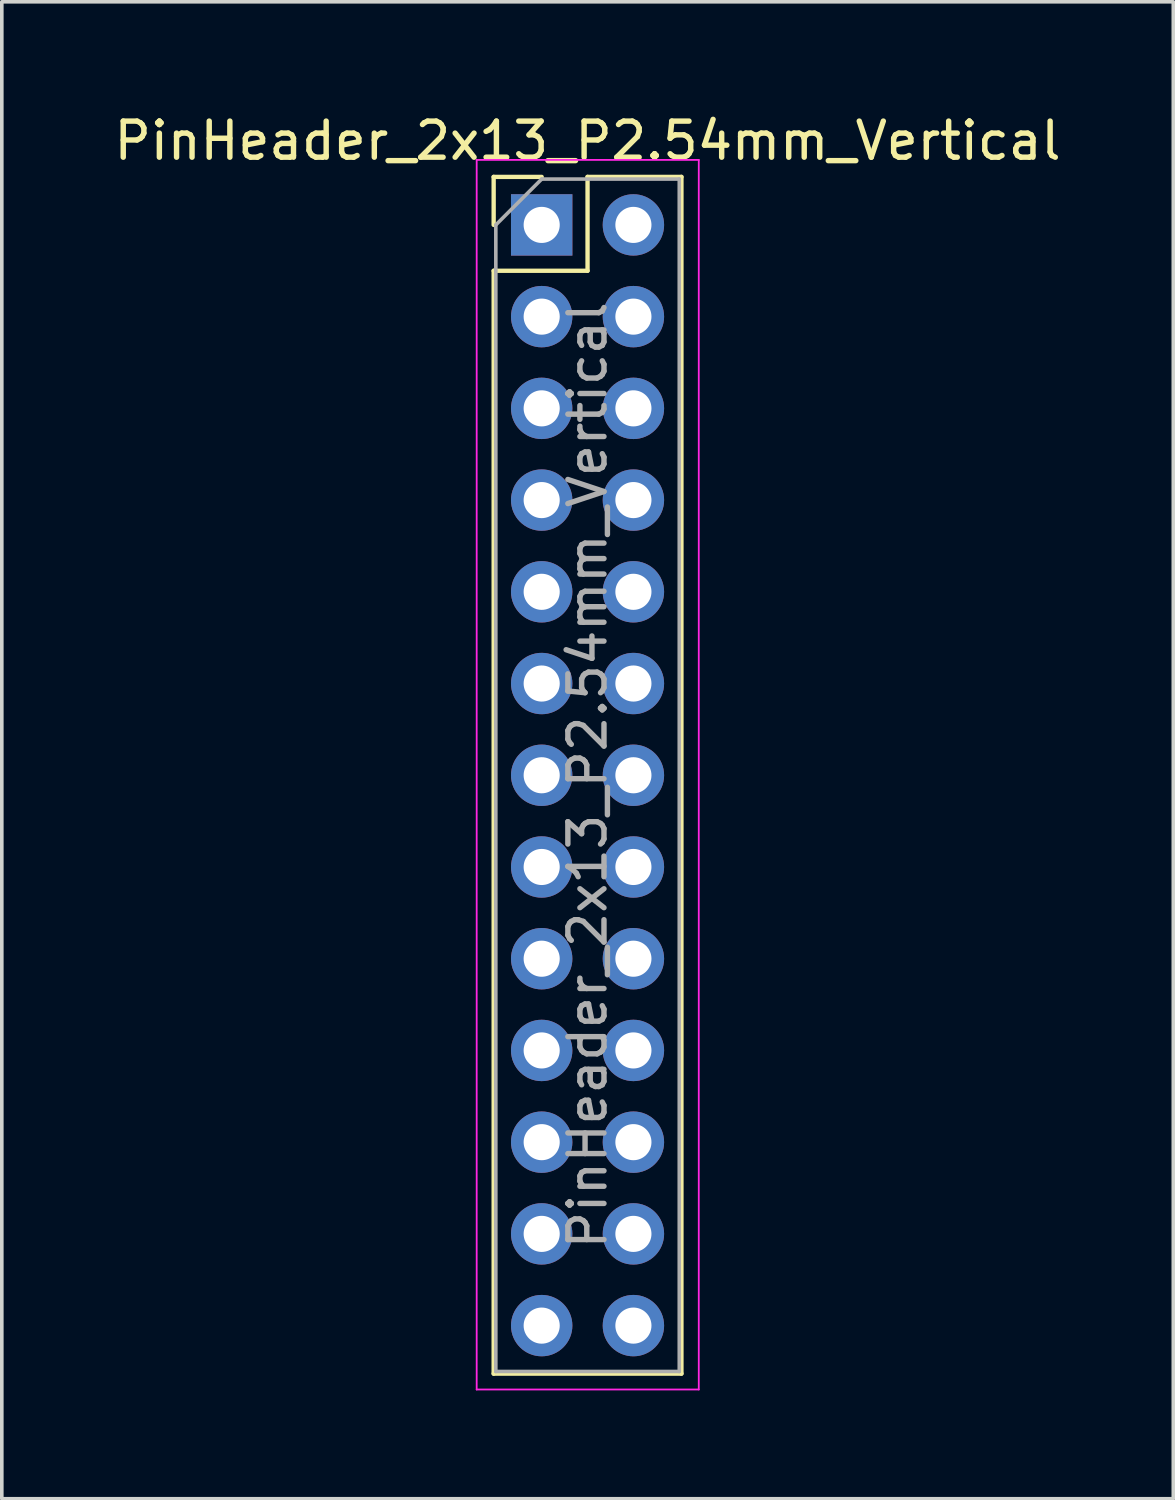
<source format=kicad_pcb>
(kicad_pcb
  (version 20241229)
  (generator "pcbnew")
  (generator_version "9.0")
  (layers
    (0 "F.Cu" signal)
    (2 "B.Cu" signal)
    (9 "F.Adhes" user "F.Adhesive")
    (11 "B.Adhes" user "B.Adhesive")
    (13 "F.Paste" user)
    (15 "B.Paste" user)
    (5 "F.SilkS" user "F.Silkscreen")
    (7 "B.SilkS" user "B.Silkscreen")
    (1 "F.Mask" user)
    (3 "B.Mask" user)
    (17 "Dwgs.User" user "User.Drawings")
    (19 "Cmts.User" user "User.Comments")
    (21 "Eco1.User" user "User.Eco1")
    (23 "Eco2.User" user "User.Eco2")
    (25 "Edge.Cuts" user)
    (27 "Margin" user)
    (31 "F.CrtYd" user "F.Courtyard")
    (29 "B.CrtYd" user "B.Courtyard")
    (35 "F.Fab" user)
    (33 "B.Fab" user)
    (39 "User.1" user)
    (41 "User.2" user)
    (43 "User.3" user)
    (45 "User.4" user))
  (footprint "PinHeader_2x13_P2.54mm_Vertical"
    (layer "F.Cu")
    (at 11.95 3.178)
    (property "Reference" "PinHeader_2x13_P2.54mm_Vertical" (at 1.27 -2.33 0) (layer "F.SilkS") (effects (font (size 1 1) (thickness 0.15))))
    (attr through_hole)
    (fp_line (start -1.33 -1.33) (end 0 -1.33) (stroke (width 0.12) (type solid)) (layer "F.SilkS"))
    (fp_line (start -1.33 0) (end -1.33 -1.33) (stroke (width 0.12) (type solid)) (layer "F.SilkS"))
    (fp_line (start -1.33 1.27) (end -1.33 31.81) (stroke (width 0.12) (type solid)) (layer "F.SilkS"))
    (fp_line (start -1.33 1.27) (end 1.27 1.27) (stroke (width 0.12) (type solid)) (layer "F.SilkS"))
    (fp_line (start -1.33 31.81) (end 3.87 31.81) (stroke (width 0.12) (type solid)) (layer "F.SilkS"))
    (fp_line (start 1.27 -1.33) (end 3.87 -1.33) (stroke (width 0.12) (type solid)) (layer "F.SilkS"))
    (fp_line (start 1.27 1.27) (end 1.27 -1.33) (stroke (width 0.12) (type solid)) (layer "F.SilkS"))
    (fp_line (start 3.87 -1.33) (end 3.87 31.81) (stroke (width 0.12) (type solid)) (layer "F.SilkS"))
    (fp_line (start -1.8 -1.8) (end -1.8 32.25) (stroke (width 0.05) (type solid)) (layer "F.CrtYd"))
    (fp_line (start -1.8 32.25) (end 4.35 32.25) (stroke (width 0.05) (type solid)) (layer "F.CrtYd"))
    (fp_line (start 4.35 -1.8) (end -1.8 -1.8) (stroke (width 0.05) (type solid)) (layer "F.CrtYd"))
    (fp_line (start 4.35 32.25) (end 4.35 -1.8) (stroke (width 0.05) (type solid)) (layer "F.CrtYd"))
    (fp_line (start -1.27 0) (end 0 -1.27) (stroke (width 0.1) (type solid)) (layer "F.Fab"))
    (fp_line (start -1.27 31.75) (end -1.27 0) (stroke (width 0.1) (type solid)) (layer "F.Fab"))
    (fp_line (start 0 -1.27) (end 3.81 -1.27) (stroke (width 0.1) (type solid)) (layer "F.Fab"))
    (fp_line (start 3.81 -1.27) (end 3.81 31.75) (stroke (width 0.1) (type solid)) (layer "F.Fab"))
    (fp_line (start 3.81 31.75) (end -1.27 31.75) (stroke (width 0.1) (type solid)) (layer "F.Fab"))
    (fp_text user "${REFERENCE}" (at 1.27 15.24 90) (layer "F.Fab") (effects (font (size 1 1) (thickness 0.15))))
    (pad "1" thru_hole rect (at 0 0) (size 1.7 1.7) (drill 1) (layers "*.Cu" "*.Mask"))
    (pad "2" thru_hole oval (at 2.54 0) (size 1.7 1.7) (drill 1) (layers "*.Cu" "*.Mask"))
    (pad "3" thru_hole oval (at 0 2.54) (size 1.7 1.7) (drill 1) (layers "*.Cu" "*.Mask"))
    (pad "4" thru_hole oval (at 2.54 2.54) (size 1.7 1.7) (drill 1) (layers "*.Cu" "*.Mask"))
    (pad "5" thru_hole oval (at 0 5.08) (size 1.7 1.7) (drill 1) (layers "*.Cu" "*.Mask"))
    (pad "6" thru_hole oval (at 2.54 5.08) (size 1.7 1.7) (drill 1) (layers "*.Cu" "*.Mask"))
    (pad "7" thru_hole oval (at 0 7.62) (size 1.7 1.7) (drill 1) (layers "*.Cu" "*.Mask"))
    (pad "8" thru_hole oval (at 2.54 7.62) (size 1.7 1.7) (drill 1) (layers "*.Cu" "*.Mask"))
    (pad "9" thru_hole oval (at 0 10.16) (size 1.7 1.7) (drill 1) (layers "*.Cu" "*.Mask"))
    (pad "10" thru_hole oval (at 2.54 10.16) (size 1.7 1.7) (drill 1) (layers "*.Cu" "*.Mask"))
    (pad "11" thru_hole oval (at 0 12.7) (size 1.7 1.7) (drill 1) (layers "*.Cu" "*.Mask"))
    (pad "12" thru_hole oval (at 2.54 12.7) (size 1.7 1.7) (drill 1) (layers "*.Cu" "*.Mask"))
    (pad "13" thru_hole oval (at 0 15.24) (size 1.7 1.7) (drill 1) (layers "*.Cu" "*.Mask"))
    (pad "14" thru_hole oval (at 2.54 15.24) (size 1.7 1.7) (drill 1) (layers "*.Cu" "*.Mask"))
    (pad "15" thru_hole oval (at 0 17.78) (size 1.7 1.7) (drill 1) (layers "*.Cu" "*.Mask"))
    (pad "16" thru_hole oval (at 2.54 17.78) (size 1.7 1.7) (drill 1) (layers "*.Cu" "*.Mask"))
    (pad "17" thru_hole oval (at 0 20.32) (size 1.7 1.7) (drill 1) (layers "*.Cu" "*.Mask"))
    (pad "18" thru_hole oval (at 2.54 20.32) (size 1.7 1.7) (drill 1) (layers "*.Cu" "*.Mask"))
    (pad "19" thru_hole oval (at 0 22.86) (size 1.7 1.7) (drill 1) (layers "*.Cu" "*.Mask"))
    (pad "20" thru_hole oval (at 2.54 22.86) (size 1.7 1.7) (drill 1) (layers "*.Cu" "*.Mask"))
    (pad "21" thru_hole oval (at 0 25.4) (size 1.7 1.7) (drill 1) (layers "*.Cu" "*.Mask"))
    (pad "22" thru_hole oval (at 2.54 25.4) (size 1.7 1.7) (drill 1) (layers "*.Cu" "*.Mask"))
    (pad "23" thru_hole oval (at 0 27.94) (size 1.7 1.7) (drill 1) (layers "*.Cu" "*.Mask"))
    (pad "24" thru_hole oval (at 2.54 27.94) (size 1.7 1.7) (drill 1) (layers "*.Cu" "*.Mask"))
    (pad "25" thru_hole oval (at 0 30.48) (size 1.7 1.7) (drill 1) (layers "*.Cu" "*.Mask"))
    (pad "26" thru_hole oval (at 2.54 30.48) (size 1.7 1.7) (drill 1) (layers "*.Cu" "*.Mask")))
  (gr_rect
    (start -3 -3)
    (end 29.44 38.453)
    (stroke (width 0.1) (type default))
    (fill no)
    (layer "Edge.Cuts")))
</source>
